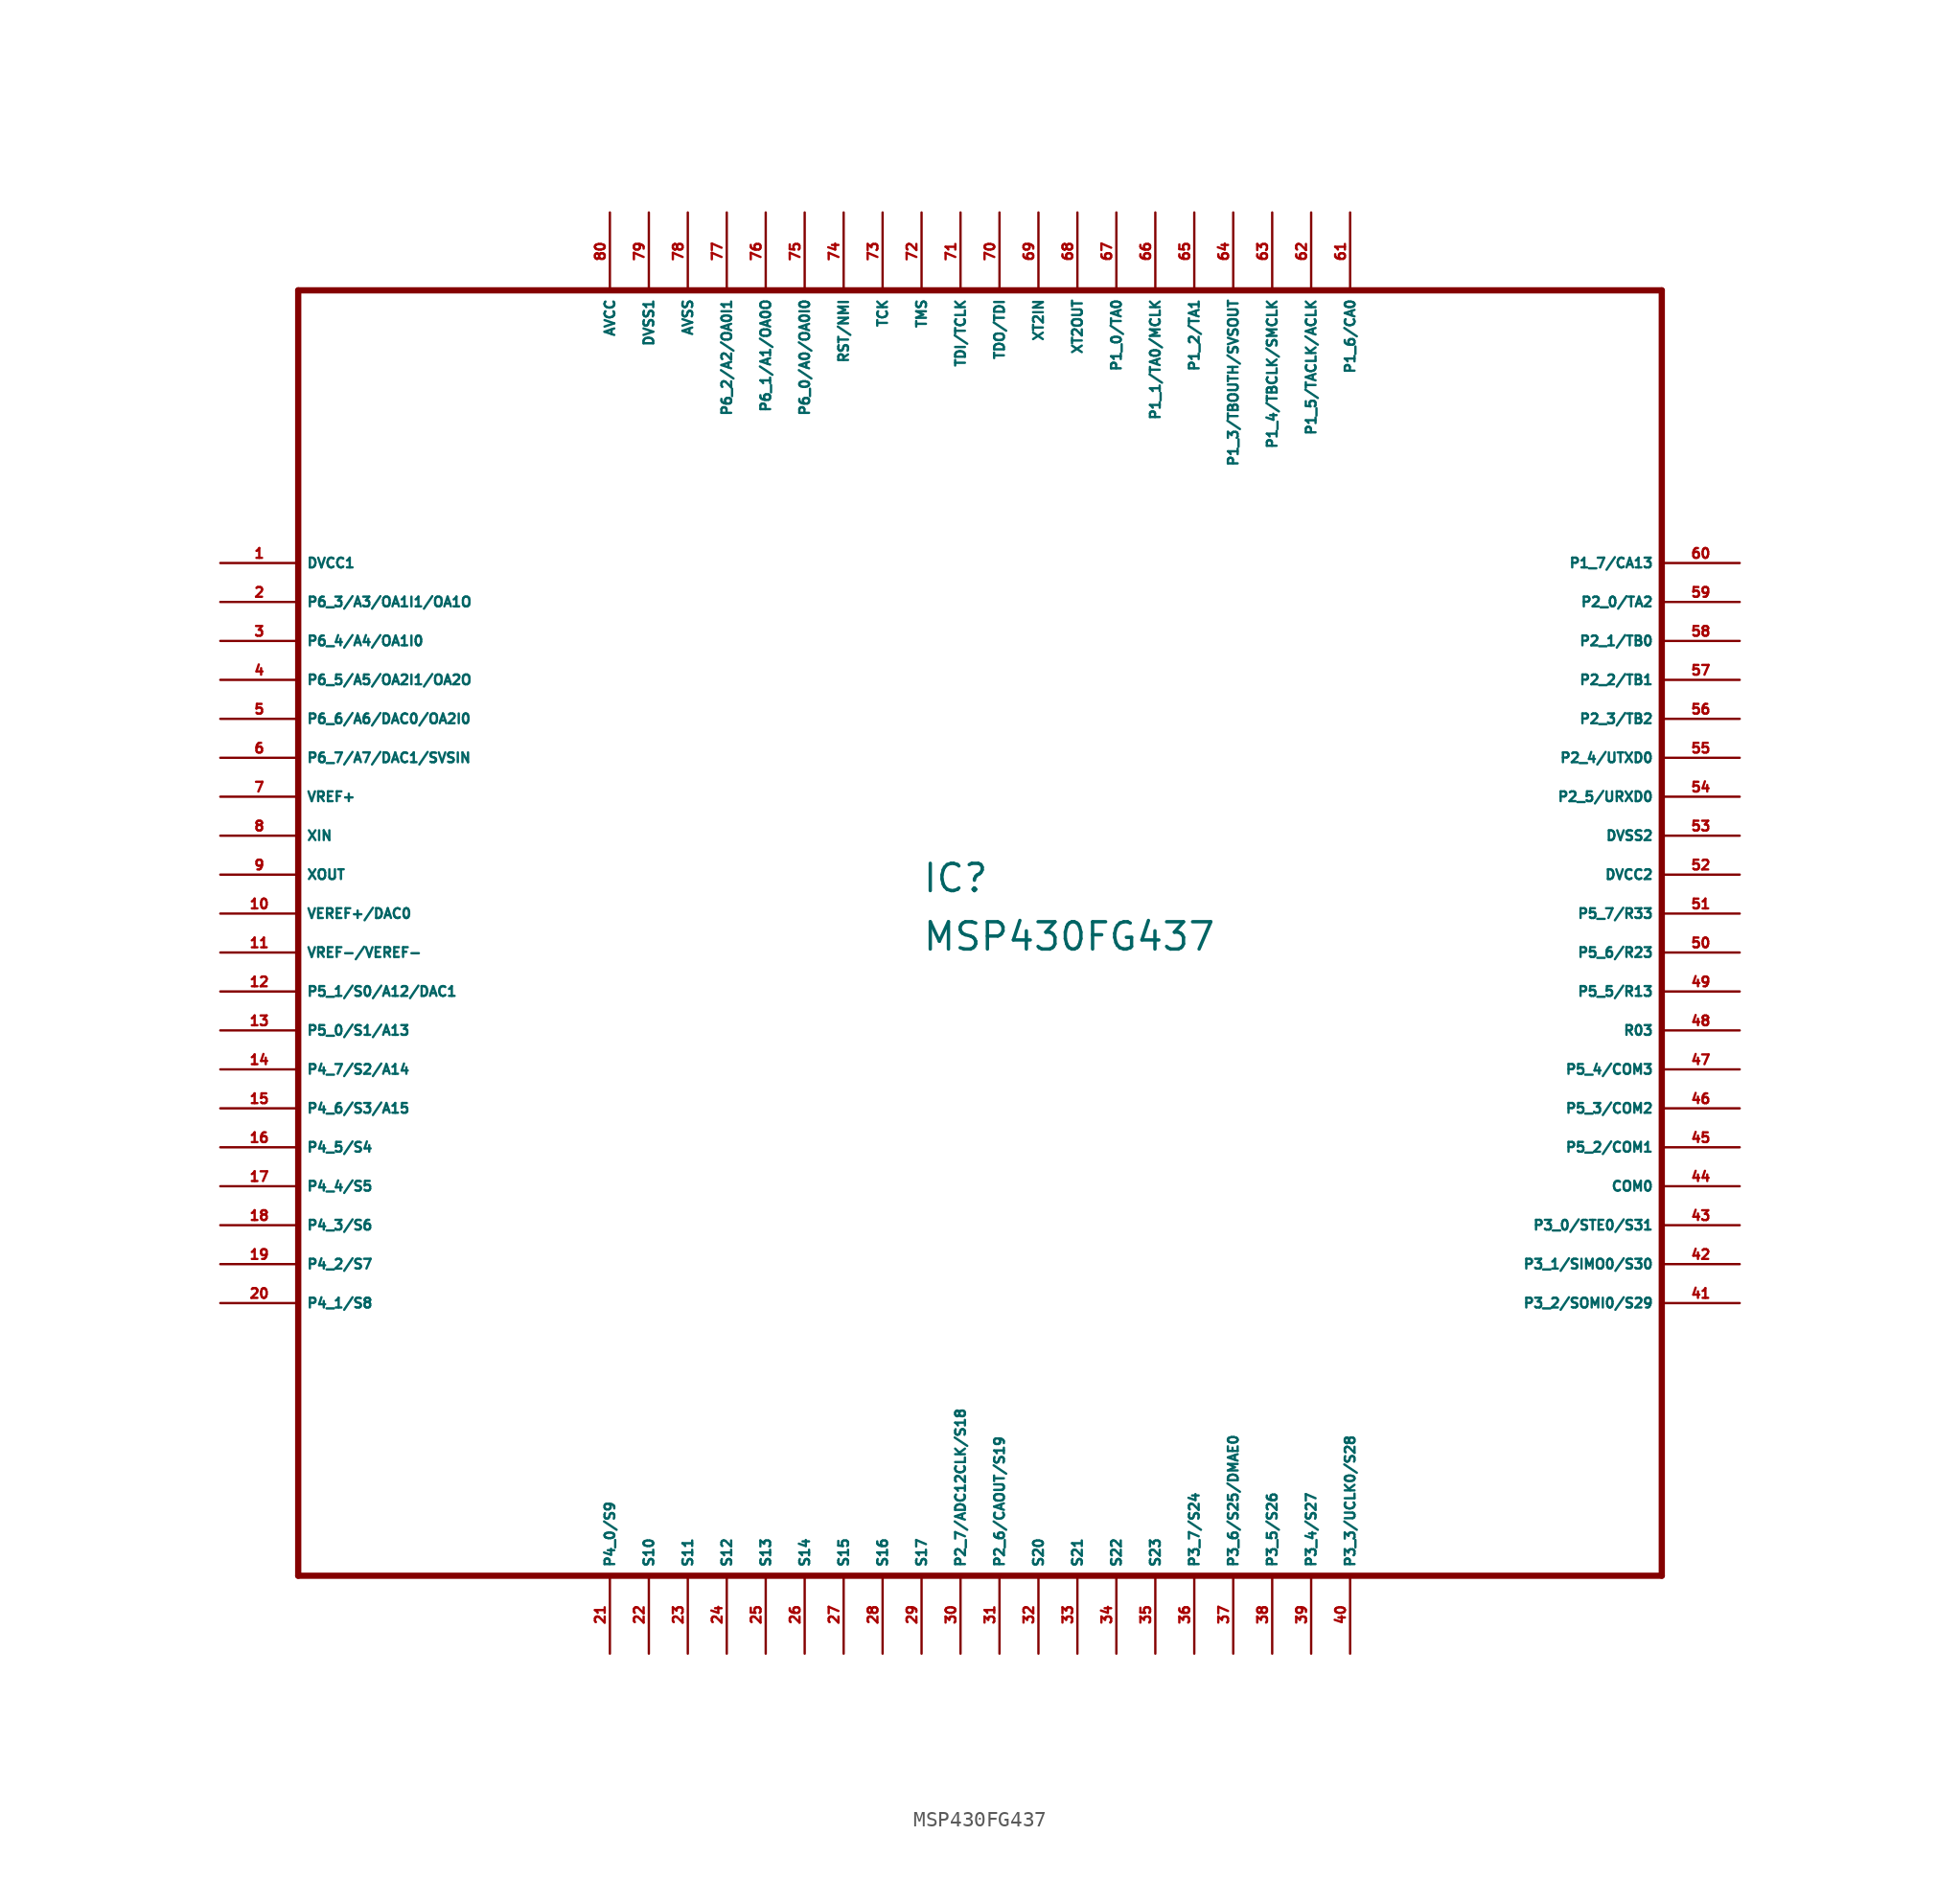
<source format=kicad_sym>
(kicad_symbol_lib
  (version 20220914)
  (generator Eagle2Kicad)
  (symbol "MSP430FG437"
    (property "Reference" "IC"
      (at -5.08 1.27 0)
      (effects (font (size 1.778 1.778) (thickness 0.22)) (justify left bottom)))
    (property "Value" "MSP430FG437"
      (at -5.08 -2.54 0)
      (effects (font (size 1.778 1.778) (thickness 0.22)) (justify left bottom)))
    (polyline
      (pts (xy -45.72 -43.18) (xy 43.18 -43.18))
      (stroke (width 0.406) (type default))
      (fill (type none)))
    (polyline
      (pts (xy 43.18 -43.18) (xy 43.18 40.64))
      (stroke (width 0.406) (type default))
      (fill (type none)))
    (polyline
      (pts (xy 43.18 40.64) (xy -45.72 40.64))
      (stroke (width 0.406) (type default))
      (fill (type none)))
    (polyline
      (pts (xy -45.72 40.64) (xy -45.72 -43.18))
      (stroke (width 0.406) (type default))
      (fill (type none)))
    (pin unspecified line
      (at -50.8 22.86 0)
      (length 5.08)
      (name "DVCC1" (effects (font (size 0.635 0.635) (thickness 0.08)) (justify left bottom)))
      (number "1" (effects (font (size 0.635 0.635) (thickness 0.08)) (justify left bottom))))
    (pin bidirectional line
      (at -50.8 20.32 0)
      (length 5.08)
      (name "P6_3/A3/OA1I1/OA1O" (effects (font (size 0.635 0.635) (thickness 0.08)) (justify left bottom)))
      (number "2" (effects (font (size 0.635 0.635) (thickness 0.08)) (justify left bottom))))
    (pin bidirectional line
      (at -50.8 17.78 0)
      (length 5.08)
      (name "P6_4/A4/OA1I0" (effects (font (size 0.635 0.635) (thickness 0.08)) (justify left bottom)))
      (number "3" (effects (font (size 0.635 0.635) (thickness 0.08)) (justify left bottom))))
    (pin bidirectional line
      (at -50.8 15.24 0)
      (length 5.08)
      (name "P6_5/A5/OA2I1/OA2O" (effects (font (size 0.635 0.635) (thickness 0.08)) (justify left bottom)))
      (number "4" (effects (font (size 0.635 0.635) (thickness 0.08)) (justify left bottom))))
    (pin bidirectional line
      (at -50.8 12.7 0)
      (length 5.08)
      (name "P6_6/A6/DAC0/OA2I0" (effects (font (size 0.635 0.635) (thickness 0.08)) (justify left bottom)))
      (number "5" (effects (font (size 0.635 0.635) (thickness 0.08)) (justify left bottom))))
    (pin bidirectional line
      (at -50.8 10.16 0)
      (length 5.08)
      (name "P6_7/A7/DAC1/SVSIN" (effects (font (size 0.635 0.635) (thickness 0.08)) (justify left bottom)))
      (number "6" (effects (font (size 0.635 0.635) (thickness 0.08)) (justify left bottom))))
    (pin output line
      (at -50.8 7.62 0)
      (length 5.08)
      (name "VREF+" (effects (font (size 0.635 0.635) (thickness 0.08)) (justify left bottom)))
      (number "7" (effects (font (size 0.635 0.635) (thickness 0.08)) (justify left bottom))))
    (pin input line
      (at -50.8 5.08 0)
      (length 5.08)
      (name "XIN" (effects (font (size 0.635 0.635) (thickness 0.08)) (justify left bottom)))
      (number "8" (effects (font (size 0.635 0.635) (thickness 0.08)) (justify left bottom))))
    (pin output line
      (at -50.8 2.54 0)
      (length 5.08)
      (name "XOUT" (effects (font (size 0.635 0.635) (thickness 0.08)) (justify left bottom)))
      (number "9" (effects (font (size 0.635 0.635) (thickness 0.08)) (justify left bottom))))
    (pin bidirectional line
      (at -50.8 0 0)
      (length 5.08)
      (name "VEREF+/DAC0" (effects (font (size 0.635 0.635) (thickness 0.08)) (justify left bottom)))
      (number "10" (effects (font (size 0.635 0.635) (thickness 0.08)) (justify left bottom))))
    (pin input line
      (at -50.8 -2.54 0)
      (length 5.08)
      (name "VREF-/VEREF-" (effects (font (size 0.635 0.635) (thickness 0.08)) (justify left bottom)))
      (number "11" (effects (font (size 0.635 0.635) (thickness 0.08)) (justify left bottom))))
    (pin bidirectional line
      (at -50.8 -5.08 0)
      (length 5.08)
      (name "P5_1/S0/A12/DAC1" (effects (font (size 0.635 0.635) (thickness 0.08)) (justify left bottom)))
      (number "12" (effects (font (size 0.635 0.635) (thickness 0.08)) (justify left bottom))))
    (pin bidirectional line
      (at -50.8 -7.62 0)
      (length 5.08)
      (name "P5_0/S1/A13" (effects (font (size 0.635 0.635) (thickness 0.08)) (justify left bottom)))
      (number "13" (effects (font (size 0.635 0.635) (thickness 0.08)) (justify left bottom))))
    (pin bidirectional line
      (at -50.8 -10.16 0)
      (length 5.08)
      (name "P4_7/S2/A14" (effects (font (size 0.635 0.635) (thickness 0.08)) (justify left bottom)))
      (number "14" (effects (font (size 0.635 0.635) (thickness 0.08)) (justify left bottom))))
    (pin bidirectional line
      (at -50.8 -12.7 0)
      (length 5.08)
      (name "P4_6/S3/A15" (effects (font (size 0.635 0.635) (thickness 0.08)) (justify left bottom)))
      (number "15" (effects (font (size 0.635 0.635) (thickness 0.08)) (justify left bottom))))
    (pin bidirectional line
      (at -50.8 -15.24 0)
      (length 5.08)
      (name "P4_5/S4" (effects (font (size 0.635 0.635) (thickness 0.08)) (justify left bottom)))
      (number "16" (effects (font (size 0.635 0.635) (thickness 0.08)) (justify left bottom))))
    (pin bidirectional line
      (at -50.8 -17.78 0)
      (length 5.08)
      (name "P4_4/S5" (effects (font (size 0.635 0.635) (thickness 0.08)) (justify left bottom)))
      (number "17" (effects (font (size 0.635 0.635) (thickness 0.08)) (justify left bottom))))
    (pin bidirectional line
      (at -50.8 -20.32 0)
      (length 5.08)
      (name "P4_3/S6" (effects (font (size 0.635 0.635) (thickness 0.08)) (justify left bottom)))
      (number "18" (effects (font (size 0.635 0.635) (thickness 0.08)) (justify left bottom))))
    (pin bidirectional line
      (at -50.8 -22.86 0)
      (length 5.08)
      (name "P4_2/S7" (effects (font (size 0.635 0.635) (thickness 0.08)) (justify left bottom)))
      (number "19" (effects (font (size 0.635 0.635) (thickness 0.08)) (justify left bottom))))
    (pin bidirectional line
      (at -50.8 -25.4 0)
      (length 5.08)
      (name "P4_1/S8" (effects (font (size 0.635 0.635) (thickness 0.08)) (justify left bottom)))
      (number "20" (effects (font (size 0.635 0.635) (thickness 0.08)) (justify left bottom))))
    (pin bidirectional line
      (at -25.4 -48.26 90)
      (length 5.08)
      (name "P4_0/S9" (effects (font (size 0.635 0.635) (thickness 0.08)) (justify left bottom)))
      (number "21" (effects (font (size 0.635 0.635) (thickness 0.08)) (justify left bottom))))
    (pin output line
      (at -22.86 -48.26 90)
      (length 5.08)
      (name "S10" (effects (font (size 0.635 0.635) (thickness 0.08)) (justify left bottom)))
      (number "22" (effects (font (size 0.635 0.635) (thickness 0.08)) (justify left bottom))))
    (pin output line
      (at -20.32 -48.26 90)
      (length 5.08)
      (name "S11" (effects (font (size 0.635 0.635) (thickness 0.08)) (justify left bottom)))
      (number "23" (effects (font (size 0.635 0.635) (thickness 0.08)) (justify left bottom))))
    (pin output line
      (at -17.78 -48.26 90)
      (length 5.08)
      (name "S12" (effects (font (size 0.635 0.635) (thickness 0.08)) (justify left bottom)))
      (number "24" (effects (font (size 0.635 0.635) (thickness 0.08)) (justify left bottom))))
    (pin output line
      (at -15.24 -48.26 90)
      (length 5.08)
      (name "S13" (effects (font (size 0.635 0.635) (thickness 0.08)) (justify left bottom)))
      (number "25" (effects (font (size 0.635 0.635) (thickness 0.08)) (justify left bottom))))
    (pin output line
      (at -12.7 -48.26 90)
      (length 5.08)
      (name "S14" (effects (font (size 0.635 0.635) (thickness 0.08)) (justify left bottom)))
      (number "26" (effects (font (size 0.635 0.635) (thickness 0.08)) (justify left bottom))))
    (pin output line
      (at -10.16 -48.26 90)
      (length 5.08)
      (name "S15" (effects (font (size 0.635 0.635) (thickness 0.08)) (justify left bottom)))
      (number "27" (effects (font (size 0.635 0.635) (thickness 0.08)) (justify left bottom))))
    (pin output line
      (at -7.62 -48.26 90)
      (length 5.08)
      (name "S16" (effects (font (size 0.635 0.635) (thickness 0.08)) (justify left bottom)))
      (number "28" (effects (font (size 0.635 0.635) (thickness 0.08)) (justify left bottom))))
    (pin output line
      (at -5.08 -48.26 90)
      (length 5.08)
      (name "S17" (effects (font (size 0.635 0.635) (thickness 0.08)) (justify left bottom)))
      (number "29" (effects (font (size 0.635 0.635) (thickness 0.08)) (justify left bottom))))
    (pin bidirectional line
      (at -2.54 -48.26 90)
      (length 5.08)
      (name "P2_7/ADC12CLK/S18" (effects (font (size 0.635 0.635) (thickness 0.08)) (justify left bottom)))
      (number "30" (effects (font (size 0.635 0.635) (thickness 0.08)) (justify left bottom))))
    (pin bidirectional line
      (at 0 -48.26 90)
      (length 5.08)
      (name "P2_6/CAOUT/S19" (effects (font (size 0.635 0.635) (thickness 0.08)) (justify left bottom)))
      (number "31" (effects (font (size 0.635 0.635) (thickness 0.08)) (justify left bottom))))
    (pin output line
      (at 2.54 -48.26 90)
      (length 5.08)
      (name "S20" (effects (font (size 0.635 0.635) (thickness 0.08)) (justify left bottom)))
      (number "32" (effects (font (size 0.635 0.635) (thickness 0.08)) (justify left bottom))))
    (pin output line
      (at 5.08 -48.26 90)
      (length 5.08)
      (name "S21" (effects (font (size 0.635 0.635) (thickness 0.08)) (justify left bottom)))
      (number "33" (effects (font (size 0.635 0.635) (thickness 0.08)) (justify left bottom))))
    (pin output line
      (at 7.62 -48.26 90)
      (length 5.08)
      (name "S22" (effects (font (size 0.635 0.635) (thickness 0.08)) (justify left bottom)))
      (number "34" (effects (font (size 0.635 0.635) (thickness 0.08)) (justify left bottom))))
    (pin output line
      (at 10.16 -48.26 90)
      (length 5.08)
      (name "S23" (effects (font (size 0.635 0.635) (thickness 0.08)) (justify left bottom)))
      (number "35" (effects (font (size 0.635 0.635) (thickness 0.08)) (justify left bottom))))
    (pin bidirectional line
      (at 12.7 -48.26 90)
      (length 5.08)
      (name "P3_7/S24" (effects (font (size 0.635 0.635) (thickness 0.08)) (justify left bottom)))
      (number "36" (effects (font (size 0.635 0.635) (thickness 0.08)) (justify left bottom))))
    (pin bidirectional line
      (at 15.24 -48.26 90)
      (length 5.08)
      (name "P3_6/S25/DMAE0" (effects (font (size 0.635 0.635) (thickness 0.08)) (justify left bottom)))
      (number "37" (effects (font (size 0.635 0.635) (thickness 0.08)) (justify left bottom))))
    (pin bidirectional line
      (at 17.78 -48.26 90)
      (length 5.08)
      (name "P3_5/S26" (effects (font (size 0.635 0.635) (thickness 0.08)) (justify left bottom)))
      (number "38" (effects (font (size 0.635 0.635) (thickness 0.08)) (justify left bottom))))
    (pin bidirectional line
      (at 20.32 -48.26 90)
      (length 5.08)
      (name "P3_4/S27" (effects (font (size 0.635 0.635) (thickness 0.08)) (justify left bottom)))
      (number "39" (effects (font (size 0.635 0.635) (thickness 0.08)) (justify left bottom))))
    (pin bidirectional line
      (at 22.86 -48.26 90)
      (length 5.08)
      (name "P3_3/UCLK0/S28" (effects (font (size 0.635 0.635) (thickness 0.08)) (justify left bottom)))
      (number "40" (effects (font (size 0.635 0.635) (thickness 0.08)) (justify left bottom))))
    (pin bidirectional line
      (at 48.26 -25.4 180)
      (length 5.08)
      (name "P3_2/SOMI0/S29" (effects (font (size 0.635 0.635) (thickness 0.08)) (justify left bottom)))
      (number "41" (effects (font (size 0.635 0.635) (thickness 0.08)) (justify left bottom))))
    (pin bidirectional line
      (at 48.26 -22.86 180)
      (length 5.08)
      (name "P3_1/SIMO0/S30" (effects (font (size 0.635 0.635) (thickness 0.08)) (justify left bottom)))
      (number "42" (effects (font (size 0.635 0.635) (thickness 0.08)) (justify left bottom))))
    (pin bidirectional line
      (at 48.26 -20.32 180)
      (length 5.08)
      (name "P3_0/STE0/S31" (effects (font (size 0.635 0.635) (thickness 0.08)) (justify left bottom)))
      (number "43" (effects (font (size 0.635 0.635) (thickness 0.08)) (justify left bottom))))
    (pin output line
      (at 48.26 -17.78 180)
      (length 5.08)
      (name "COM0" (effects (font (size 0.635 0.635) (thickness 0.08)) (justify left bottom)))
      (number "44" (effects (font (size 0.635 0.635) (thickness 0.08)) (justify left bottom))))
    (pin bidirectional line
      (at 48.26 -15.24 180)
      (length 5.08)
      (name "P5_2/COM1" (effects (font (size 0.635 0.635) (thickness 0.08)) (justify left bottom)))
      (number "45" (effects (font (size 0.635 0.635) (thickness 0.08)) (justify left bottom))))
    (pin bidirectional line
      (at 48.26 -12.7 180)
      (length 5.08)
      (name "P5_3/COM2" (effects (font (size 0.635 0.635) (thickness 0.08)) (justify left bottom)))
      (number "46" (effects (font (size 0.635 0.635) (thickness 0.08)) (justify left bottom))))
    (pin bidirectional line
      (at 48.26 -10.16 180)
      (length 5.08)
      (name "P5_4/COM3" (effects (font (size 0.635 0.635) (thickness 0.08)) (justify left bottom)))
      (number "47" (effects (font (size 0.635 0.635) (thickness 0.08)) (justify left bottom))))
    (pin input line
      (at 48.26 -7.62 180)
      (length 5.08)
      (name "R03" (effects (font (size 0.635 0.635) (thickness 0.08)) (justify left bottom)))
      (number "48" (effects (font (size 0.635 0.635) (thickness 0.08)) (justify left bottom))))
    (pin bidirectional line
      (at 48.26 -5.08 180)
      (length 5.08)
      (name "P5_5/R13" (effects (font (size 0.635 0.635) (thickness 0.08)) (justify left bottom)))
      (number "49" (effects (font (size 0.635 0.635) (thickness 0.08)) (justify left bottom))))
    (pin bidirectional line
      (at 48.26 -2.54 180)
      (length 5.08)
      (name "P5_6/R23" (effects (font (size 0.635 0.635) (thickness 0.08)) (justify left bottom)))
      (number "50" (effects (font (size 0.635 0.635) (thickness 0.08)) (justify left bottom))))
    (pin bidirectional line
      (at 48.26 0 180)
      (length 5.08)
      (name "P5_7/R33" (effects (font (size 0.635 0.635) (thickness 0.08)) (justify left bottom)))
      (number "51" (effects (font (size 0.635 0.635) (thickness 0.08)) (justify left bottom))))
    (pin unspecified line
      (at 48.26 2.54 180)
      (length 5.08)
      (name "DVCC2" (effects (font (size 0.635 0.635) (thickness 0.08)) (justify left bottom)))
      (number "52" (effects (font (size 0.635 0.635) (thickness 0.08)) (justify left bottom))))
    (pin unspecified line
      (at 48.26 5.08 180)
      (length 5.08)
      (name "DVSS2" (effects (font (size 0.635 0.635) (thickness 0.08)) (justify left bottom)))
      (number "53" (effects (font (size 0.635 0.635) (thickness 0.08)) (justify left bottom))))
    (pin bidirectional line
      (at 48.26 7.62 180)
      (length 5.08)
      (name "P2_5/URXD0" (effects (font (size 0.635 0.635) (thickness 0.08)) (justify left bottom)))
      (number "54" (effects (font (size 0.635 0.635) (thickness 0.08)) (justify left bottom))))
    (pin bidirectional line
      (at 48.26 10.16 180)
      (length 5.08)
      (name "P2_4/UTXD0" (effects (font (size 0.635 0.635) (thickness 0.08)) (justify left bottom)))
      (number "55" (effects (font (size 0.635 0.635) (thickness 0.08)) (justify left bottom))))
    (pin bidirectional line
      (at 48.26 12.7 180)
      (length 5.08)
      (name "P2_3/TB2" (effects (font (size 0.635 0.635) (thickness 0.08)) (justify left bottom)))
      (number "56" (effects (font (size 0.635 0.635) (thickness 0.08)) (justify left bottom))))
    (pin bidirectional line
      (at 48.26 15.24 180)
      (length 5.08)
      (name "P2_2/TB1" (effects (font (size 0.635 0.635) (thickness 0.08)) (justify left bottom)))
      (number "57" (effects (font (size 0.635 0.635) (thickness 0.08)) (justify left bottom))))
    (pin bidirectional line
      (at 48.26 17.78 180)
      (length 5.08)
      (name "P2_1/TB0" (effects (font (size 0.635 0.635) (thickness 0.08)) (justify left bottom)))
      (number "58" (effects (font (size 0.635 0.635) (thickness 0.08)) (justify left bottom))))
    (pin bidirectional line
      (at 48.26 20.32 180)
      (length 5.08)
      (name "P2_0/TA2" (effects (font (size 0.635 0.635) (thickness 0.08)) (justify left bottom)))
      (number "59" (effects (font (size 0.635 0.635) (thickness 0.08)) (justify left bottom))))
    (pin bidirectional line
      (at 48.26 22.86 180)
      (length 5.08)
      (name "P1_7/CA13" (effects (font (size 0.635 0.635) (thickness 0.08)) (justify left bottom)))
      (number "60" (effects (font (size 0.635 0.635) (thickness 0.08)) (justify left bottom))))
    (pin bidirectional line
      (at 22.86 45.72 270)
      (length 5.08)
      (name "P1_6/CA0" (effects (font (size 0.635 0.635) (thickness 0.08)) (justify left bottom)))
      (number "61" (effects (font (size 0.635 0.635) (thickness 0.08)) (justify left bottom))))
    (pin bidirectional line
      (at 20.32 45.72 270)
      (length 5.08)
      (name "P1_5/TACLK/ACLK" (effects (font (size 0.635 0.635) (thickness 0.08)) (justify left bottom)))
      (number "62" (effects (font (size 0.635 0.635) (thickness 0.08)) (justify left bottom))))
    (pin bidirectional line
      (at 17.78 45.72 270)
      (length 5.08)
      (name "P1_4/TBCLK/SMCLK" (effects (font (size 0.635 0.635) (thickness 0.08)) (justify left bottom)))
      (number "63" (effects (font (size 0.635 0.635) (thickness 0.08)) (justify left bottom))))
    (pin bidirectional line
      (at 15.24 45.72 270)
      (length 5.08)
      (name "P1_3/TBOUTH/SVSOUT" (effects (font (size 0.635 0.635) (thickness 0.08)) (justify left bottom)))
      (number "64" (effects (font (size 0.635 0.635) (thickness 0.08)) (justify left bottom))))
    (pin bidirectional line
      (at 12.7 45.72 270)
      (length 5.08)
      (name "P1_2/TA1" (effects (font (size 0.635 0.635) (thickness 0.08)) (justify left bottom)))
      (number "65" (effects (font (size 0.635 0.635) (thickness 0.08)) (justify left bottom))))
    (pin bidirectional line
      (at 10.16 45.72 270)
      (length 5.08)
      (name "P1_1/TA0/MCLK" (effects (font (size 0.635 0.635) (thickness 0.08)) (justify left bottom)))
      (number "66" (effects (font (size 0.635 0.635) (thickness 0.08)) (justify left bottom))))
    (pin bidirectional line
      (at 7.62 45.72 270)
      (length 5.08)
      (name "P1_0/TA0" (effects (font (size 0.635 0.635) (thickness 0.08)) (justify left bottom)))
      (number "67" (effects (font (size 0.635 0.635) (thickness 0.08)) (justify left bottom))))
    (pin output line
      (at 5.08 45.72 270)
      (length 5.08)
      (name "XT2OUT" (effects (font (size 0.635 0.635) (thickness 0.08)) (justify left bottom)))
      (number "68" (effects (font (size 0.635 0.635) (thickness 0.08)) (justify left bottom))))
    (pin input line
      (at 2.54 45.72 270)
      (length 5.08)
      (name "XT2IN" (effects (font (size 0.635 0.635) (thickness 0.08)) (justify left bottom)))
      (number "69" (effects (font (size 0.635 0.635) (thickness 0.08)) (justify left bottom))))
    (pin bidirectional line
      (at 0 45.72 270)
      (length 5.08)
      (name "TDO/TDI" (effects (font (size 0.635 0.635) (thickness 0.08)) (justify left bottom)))
      (number "70" (effects (font (size 0.635 0.635) (thickness 0.08)) (justify left bottom))))
    (pin input line
      (at -2.54 45.72 270)
      (length 5.08)
      (name "TDI/TCLK" (effects (font (size 0.635 0.635) (thickness 0.08)) (justify left bottom)))
      (number "71" (effects (font (size 0.635 0.635) (thickness 0.08)) (justify left bottom))))
    (pin input line
      (at -5.08 45.72 270)
      (length 5.08)
      (name "TMS" (effects (font (size 0.635 0.635) (thickness 0.08)) (justify left bottom)))
      (number "72" (effects (font (size 0.635 0.635) (thickness 0.08)) (justify left bottom))))
    (pin input line
      (at -7.62 45.72 270)
      (length 5.08)
      (name "TCK" (effects (font (size 0.635 0.635) (thickness 0.08)) (justify left bottom)))
      (number "73" (effects (font (size 0.635 0.635) (thickness 0.08)) (justify left bottom))))
    (pin input line
      (at -10.16 45.72 270)
      (length 5.08)
      (name "RST/NMI" (effects (font (size 0.635 0.635) (thickness 0.08)) (justify left bottom)))
      (number "74" (effects (font (size 0.635 0.635) (thickness 0.08)) (justify left bottom))))
    (pin bidirectional line
      (at -12.7 45.72 270)
      (length 5.08)
      (name "P6_0/A0/OA0I0" (effects (font (size 0.635 0.635) (thickness 0.08)) (justify left bottom)))
      (number "75" (effects (font (size 0.635 0.635) (thickness 0.08)) (justify left bottom))))
    (pin bidirectional line
      (at -15.24 45.72 270)
      (length 5.08)
      (name "P6_1/A1/OA0O" (effects (font (size 0.635 0.635) (thickness 0.08)) (justify left bottom)))
      (number "76" (effects (font (size 0.635 0.635) (thickness 0.08)) (justify left bottom))))
    (pin bidirectional line
      (at -17.78 45.72 270)
      (length 5.08)
      (name "P6_2/A2/OA0I1" (effects (font (size 0.635 0.635) (thickness 0.08)) (justify left bottom)))
      (number "77" (effects (font (size 0.635 0.635) (thickness 0.08)) (justify left bottom))))
    (pin unspecified line
      (at -20.32 45.72 270)
      (length 5.08)
      (name "AVSS" (effects (font (size 0.635 0.635) (thickness 0.08)) (justify left bottom)))
      (number "78" (effects (font (size 0.635 0.635) (thickness 0.08)) (justify left bottom))))
    (pin unspecified line
      (at -22.86 45.72 270)
      (length 5.08)
      (name "DVSS1" (effects (font (size 0.635 0.635) (thickness 0.08)) (justify left bottom)))
      (number "79" (effects (font (size 0.635 0.635) (thickness 0.08)) (justify left bottom))))
    (pin unspecified line
      (at -25.4 45.72 270)
      (length 5.08)
      (name "AVCC" (effects (font (size 0.635 0.635) (thickness 0.08)) (justify left bottom)))
      (number "80" (effects (font (size 0.635 0.635) (thickness 0.08)) (justify left bottom))))))
</source>
